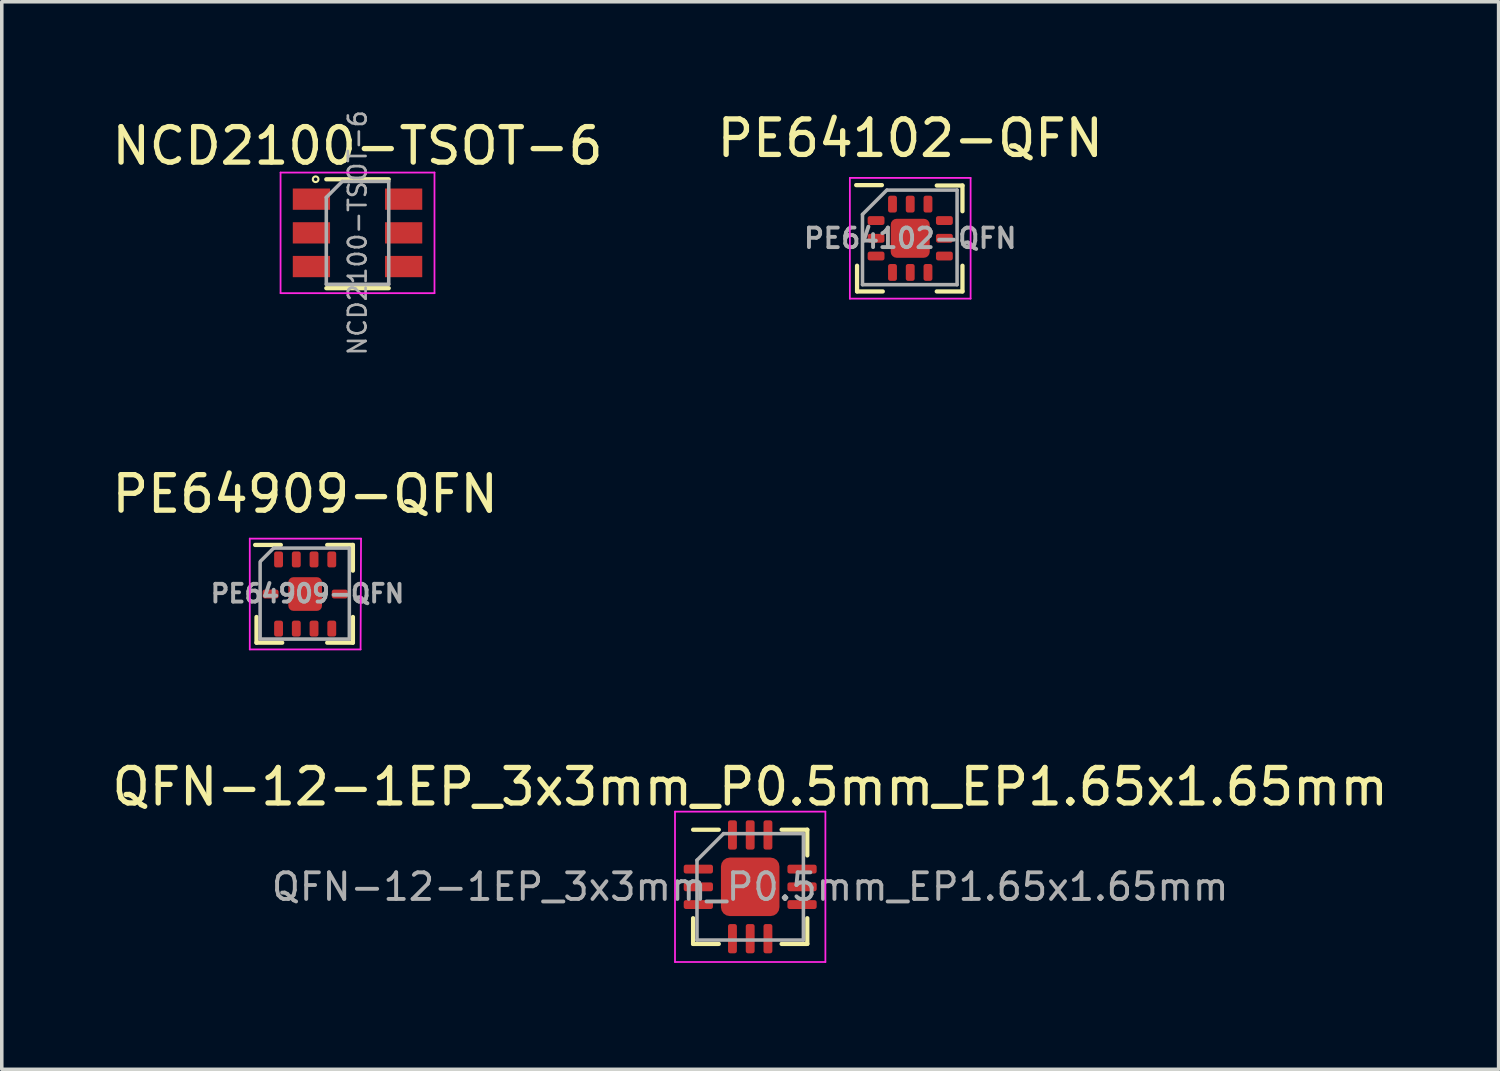
<source format=kicad_pcb>
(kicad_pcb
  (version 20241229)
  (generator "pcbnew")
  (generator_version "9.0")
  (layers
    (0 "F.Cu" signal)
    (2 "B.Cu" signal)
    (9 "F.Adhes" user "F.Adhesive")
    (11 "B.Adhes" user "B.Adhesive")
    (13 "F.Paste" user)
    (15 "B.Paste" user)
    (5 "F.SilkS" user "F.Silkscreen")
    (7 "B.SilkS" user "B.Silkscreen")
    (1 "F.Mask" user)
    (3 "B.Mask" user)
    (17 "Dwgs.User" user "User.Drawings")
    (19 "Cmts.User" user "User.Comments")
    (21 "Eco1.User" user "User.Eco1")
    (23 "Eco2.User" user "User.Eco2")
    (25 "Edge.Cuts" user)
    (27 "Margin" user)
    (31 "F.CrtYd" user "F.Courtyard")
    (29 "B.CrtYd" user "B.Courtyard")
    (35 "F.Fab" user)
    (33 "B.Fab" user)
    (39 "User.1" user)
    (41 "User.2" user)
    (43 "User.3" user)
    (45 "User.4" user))
  (footprint "QFN-12-1EP_3x3mm_P0.5mm_EP1.65x1.65mm"
    (layer "F.Cu")
    (at 18.101 21.953)
    (property "Reference" "QFN-12-1EP_3x3mm_P0.5mm_EP1.65x1.65mm" (at 0 -2.82 0) (layer "F.SilkS") (effects (font (size 1 1) (thickness 0.15))))
    (attr smd)
    (fp_line (start -1.61 1.61) (end -1.61 0.885) (stroke (width 0.12) (type solid)) (layer "F.SilkS"))
    (fp_line (start -0.885 -1.61) (end -1.61 -1.61) (stroke (width 0.12) (type solid)) (layer "F.SilkS"))
    (fp_line (start -0.885 1.61) (end -1.61 1.61) (stroke (width 0.12) (type solid)) (layer "F.SilkS"))
    (fp_line (start 0.885 -1.61) (end 1.61 -1.61) (stroke (width 0.12) (type solid)) (layer "F.SilkS"))
    (fp_line (start 0.885 1.61) (end 1.61 1.61) (stroke (width 0.12) (type solid)) (layer "F.SilkS"))
    (fp_line (start 1.61 -1.61) (end 1.61 -0.885) (stroke (width 0.12) (type solid)) (layer "F.SilkS"))
    (fp_line (start 1.61 1.61) (end 1.61 0.885) (stroke (width 0.12) (type solid)) (layer "F.SilkS"))
    (fp_line (start -2.12 -2.12) (end -2.12 2.12) (stroke (width 0.05) (type solid)) (layer "F.CrtYd"))
    (fp_line (start -2.12 2.12) (end 2.12 2.12) (stroke (width 0.05) (type solid)) (layer "F.CrtYd"))
    (fp_line (start 2.12 -2.12) (end -2.12 -2.12) (stroke (width 0.05) (type solid)) (layer "F.CrtYd"))
    (fp_line (start 2.12 2.12) (end 2.12 -2.12) (stroke (width 0.05) (type solid)) (layer "F.CrtYd"))
    (fp_line (start -1.5 -0.75) (end -0.75 -1.5) (stroke (width 0.1) (type solid)) (layer "F.Fab"))
    (fp_line (start -1.5 1.5) (end -1.5 -0.75) (stroke (width 0.1) (type solid)) (layer "F.Fab"))
    (fp_line (start -0.75 -1.5) (end 1.5 -1.5) (stroke (width 0.1) (type solid)) (layer "F.Fab"))
    (fp_line (start 1.5 -1.5) (end 1.5 1.5) (stroke (width 0.1) (type solid)) (layer "F.Fab"))
    (fp_line (start 1.5 1.5) (end -1.5 1.5) (stroke (width 0.1) (type solid)) (layer "F.Fab"))
    (fp_text user "${REFERENCE}" (at 0 0 0) (layer "F.Fab") (effects (font (size 0.75 0.75) (thickness 0.11))))
    (pad "" smd roundrect (at -0.41 -0.41) (size 0.67 0.67) (layers "F.Paste") (roundrect_rratio 0.25))
    (pad "" smd roundrect (at -0.41 0.41) (size 0.67 0.67) (layers "F.Paste") (roundrect_rratio 0.25))
    (pad "" smd roundrect (at 0.41 -0.41) (size 0.67 0.67) (layers "F.Paste") (roundrect_rratio 0.25))
    (pad "" smd roundrect (at 0.41 0.41) (size 0.67 0.67) (layers "F.Paste") (roundrect_rratio 0.25))
    (pad "1" smd roundrect (at -1.462 -0.5) (size 0.825 0.25) (layers "F.Cu" "F.Mask" "F.Paste") (roundrect_rratio 0.25))
    (pad "2" smd roundrect (at -1.462 0) (size 0.825 0.25) (layers "F.Cu" "F.Mask" "F.Paste") (roundrect_rratio 0.25))
    (pad "3" smd roundrect (at -1.462 0.5) (size 0.825 0.25) (layers "F.Cu" "F.Mask" "F.Paste") (roundrect_rratio 0.25))
    (pad "4" smd roundrect (at -0.5 1.462) (size 0.25 0.825) (layers "F.Cu" "F.Mask" "F.Paste") (roundrect_rratio 0.25))
    (pad "5" smd roundrect (at 0 1.462) (size 0.25 0.825) (layers "F.Cu" "F.Mask" "F.Paste") (roundrect_rratio 0.25))
    (pad "6" smd roundrect (at 0.5 1.462) (size 0.25 0.825) (layers "F.Cu" "F.Mask" "F.Paste") (roundrect_rratio 0.25))
    (pad "7" smd roundrect (at 1.462 0.5) (size 0.825 0.25) (layers "F.Cu" "F.Mask" "F.Paste") (roundrect_rratio 0.25))
    (pad "8" smd roundrect (at 1.462 0) (size 0.825 0.25) (layers "F.Cu" "F.Mask" "F.Paste") (roundrect_rratio 0.25))
    (pad "9" smd roundrect (at 1.462 -0.5) (size 0.825 0.25) (layers "F.Cu" "F.Mask" "F.Paste") (roundrect_rratio 0.25))
    (pad "10" smd roundrect (at 0.5 -1.462) (size 0.25 0.825) (layers "F.Cu" "F.Mask" "F.Paste") (roundrect_rratio 0.25))
    (pad "11" smd roundrect (at 0 -1.462) (size 0.25 0.825) (layers "F.Cu" "F.Mask" "F.Paste") (roundrect_rratio 0.25))
    (pad "12" smd roundrect (at -0.5 -1.462) (size 0.25 0.825) (layers "F.Cu" "F.Mask" "F.Paste") (roundrect_rratio 0.25))
    (pad "13" smd roundrect (at 0 0) (size 1.65 1.65) (layers "F.Cu" "F.Mask") (roundrect_rratio 0.152)))
  (footprint "PE64909-QFN"
    (layer "F.Cu")
    (at 5.554 13.698)
    (property "Reference" "PE64909-QFN" (at 0 -2.82 0) (layer "F.SilkS") (effects (font (size 1 1) (thickness 0.15))))
    (attr smd)
    (fp_line (start -1.372 1.372) (end -1.372 0.647) (stroke (width 0.12) (type solid)) (layer "F.SilkS"))
    (fp_line (start -0.686 -1.384) (end -1.411 -1.384) (stroke (width 0.12) (type solid)) (layer "F.SilkS"))
    (fp_line (start -0.647 1.372) (end -1.372 1.372) (stroke (width 0.12) (type solid)) (layer "F.SilkS"))
    (fp_line (start 0.621 -1.384) (end 1.346 -1.384) (stroke (width 0.12) (type solid)) (layer "F.SilkS"))
    (fp_line (start 0.621 1.372) (end 1.346 1.372) (stroke (width 0.12) (type solid)) (layer "F.SilkS"))
    (fp_line (start 1.346 -1.384) (end 1.346 -0.659) (stroke (width 0.12) (type solid)) (layer "F.SilkS"))
    (fp_line (start 1.346 1.372) (end 1.346 0.647) (stroke (width 0.12) (type solid)) (layer "F.SilkS"))
    (fp_line (start -1.562 -1.562) (end -1.562 1.562) (stroke (width 0.05) (type solid)) (layer "F.CrtYd"))
    (fp_line (start -1.562 -1.562) (end 1.575 -1.562) (stroke (width 0.05) (type solid)) (layer "F.CrtYd"))
    (fp_line (start -1.562 1.562) (end 1.562 1.562) (stroke (width 0.05) (type solid)) (layer "F.CrtYd"))
    (fp_line (start 1.575 -1.562) (end 1.562 1.562) (stroke (width 0.05) (type solid)) (layer "F.CrtYd"))
    (fp_line (start -1.27 1.257) (end -1.27 -0.902) (stroke (width 0.1) (type solid)) (layer "F.Fab"))
    (fp_line (start -1.257 -0.927) (end -0.889 -1.295) (stroke (width 0.1) (type solid)) (layer "F.Fab"))
    (fp_line (start -0.876 -1.295) (end 1.245 -1.295) (stroke (width 0.1) (type solid)) (layer "F.Fab"))
    (fp_line (start 1.245 -1.295) (end 1.245 1.257) (stroke (width 0.1) (type solid)) (layer "F.Fab"))
    (fp_line (start 1.245 1.27) (end -1.27 1.27) (stroke (width 0.1) (type solid)) (layer "F.Fab"))
    (fp_text user "${REFERENCE}" (at 0.064 -0.013 0) (layer "F.Fab") (effects (font (size 0.5 0.5) (thickness 0.11))))
    (pad "" smd roundrect (at -0.229 -0.229) (size 0.4 0.4) (layers "F.Paste") (roundrect_rratio 0.25))
    (pad "" smd roundrect (at -0.229 0.229) (size 0.4 0.4) (layers "F.Paste") (roundrect_rratio 0.25))
    (pad "" smd roundrect (at 0.229 -0.229) (size 0.4 0.4) (layers "F.Paste") (roundrect_rratio 0.25))
    (pad "" smd roundrect (at 0.229 0.229) (size 0.4 0.4) (layers "F.Paste") (roundrect_rratio 0.25))
    (pad "1" smd roundrect (at -0.975 0) (size 0.45 0.25) (layers "F.Cu" "F.Mask" "F.Paste") (roundrect_rratio 0.25))
    (pad "2" smd roundrect (at -0.75 0.975) (size 0.25 0.45) (layers "F.Cu" "F.Mask" "F.Paste") (roundrect_rratio 0.25))
    (pad "3" smd roundrect (at -0.25 0.975) (size 0.25 0.45) (layers "F.Cu" "F.Mask" "F.Paste") (roundrect_rratio 0.25))
    (pad "4" smd roundrect (at 0.25 0.975) (size 0.25 0.45) (layers "F.Cu" "F.Mask" "F.Paste") (roundrect_rratio 0.25))
    (pad "5" smd roundrect (at 0.75 0.975) (size 0.25 0.45) (layers "F.Cu" "F.Mask" "F.Paste") (roundrect_rratio 0.25))
    (pad "6" smd roundrect (at 0.975 0) (size 0.45 0.25) (layers "F.Cu" "F.Mask" "F.Paste") (roundrect_rratio 0.25))
    (pad "7" smd roundrect (at 0.75 -0.975) (size 0.25 0.45) (layers "F.Cu" "F.Mask" "F.Paste") (roundrect_rratio 0.25))
    (pad "8" smd roundrect (at 0.25 -0.975) (size 0.25 0.45) (layers "F.Cu" "F.Mask" "F.Paste") (roundrect_rratio 0.25))
    (pad "9" smd roundrect (at -0.25 -0.975) (size 0.25 0.45) (layers "F.Cu" "F.Mask" "F.Paste") (roundrect_rratio 0.25))
    (pad "10" smd roundrect (at -0.75 -0.975) (size 0.25 0.45) (layers "F.Cu" "F.Mask" "F.Paste") (roundrect_rratio 0.25))
    (pad "11" smd roundrect (at 0 0) (size 0.95 0.95) (layers "F.Cu" "F.Mask") (roundrect_rratio 0.152)))
  (footprint "NCD2100-TSOT-6"
    (layer "F.Cu")
    (at 7.03 3.515)
    (property "Reference" "NCD2100-TSOT-6" (at 0 -2.45 0) (layer "F.SilkS") (effects (font (size 1 1) (thickness 0.15))))
    (attr smd)
    (fp_line (start -0.88 1.56) (end 0.88 1.56) (stroke (width 0.12) (type solid)) (layer "F.SilkS"))
    (fp_line (start 0.88 -1.51) (end -0.88 -1.51) (stroke (width 0.12) (type solid)) (layer "F.SilkS"))
    (fp_circle (center -1.181 -1.511) (end -1.101 -1.511) (stroke (width 0.06) (type solid)) (fill no) (layer "F.SilkS"))
    (fp_line (start -2.17 -1.7) (end -2.17 1.7) (stroke (width 0.05) (type solid)) (layer "F.CrtYd"))
    (fp_line (start -2.17 -1.7) (end 2.17 -1.7) (stroke (width 0.05) (type solid)) (layer "F.CrtYd"))
    (fp_line (start 2.17 1.7) (end -2.17 1.7) (stroke (width 0.05) (type solid)) (layer "F.CrtYd"))
    (fp_line (start 2.17 1.7) (end 2.17 -1.7) (stroke (width 0.05) (type solid)) (layer "F.CrtYd"))
    (fp_line (start -0.88 -1) (end -0.88 1.45) (stroke (width 0.1) (type solid)) (layer "F.Fab"))
    (fp_line (start -0.88 -1) (end -0.43 -1.45) (stroke (width 0.1) (type solid)) (layer "F.Fab"))
    (fp_line (start 0.88 -1.45) (end -0.43 -1.45) (stroke (width 0.1) (type solid)) (layer "F.Fab"))
    (fp_line (start 0.88 -1.45) (end 0.88 1.45) (stroke (width 0.1) (type solid)) (layer "F.Fab"))
    (fp_line (start 0.88 1.45) (end -0.88 1.45) (stroke (width 0.1) (type solid)) (layer "F.Fab"))
    (fp_text user "${REFERENCE}" (at 0 0 90) (layer "F.Fab") (effects (font (size 0.5 0.5) (thickness 0.075))))
    (pad "1" smd rect (at -1.3 -0.95) (size 1.05 0.6) (layers "F.Cu" "F.Mask" "F.Paste"))
    (pad "2" smd rect (at -1.3 0) (size 1.05 0.6) (layers "F.Cu" "F.Mask" "F.Paste"))
    (pad "3" smd rect (at -1.3 0.95) (size 1.05 0.6) (layers "F.Cu" "F.Mask" "F.Paste"))
    (pad "4" smd rect (at 1.3 0.95) (size 1.05 0.6) (layers "F.Cu" "F.Mask" "F.Paste"))
    (pad "5" smd rect (at 1.3 0) (size 1.05 0.6) (layers "F.Cu" "F.Mask" "F.Paste"))
    (pad "6" smd rect (at 1.3 -0.95) (size 1.05 0.6) (layers "F.Cu" "F.Mask" "F.Paste")))
  (footprint "PE64102-QFN"
    (layer "F.Cu")
    (at 22.613 3.668)
    (property "Reference" "PE64102-QFN" (at 0 -2.82 0) (layer "F.SilkS") (effects (font (size 1 1) (thickness 0.15))))
    (attr smd)
    (fp_line (start -1.499 1.499) (end -1.499 0.774) (stroke (width 0.12) (type solid)) (layer "F.SilkS"))
    (fp_line (start -0.799 -1.499) (end -1.524 -1.499) (stroke (width 0.12) (type solid)) (layer "F.SilkS"))
    (fp_line (start -0.774 1.499) (end -1.499 1.499) (stroke (width 0.12) (type solid)) (layer "F.SilkS"))
    (fp_line (start 0.748 -1.487) (end 1.473 -1.487) (stroke (width 0.12) (type solid)) (layer "F.SilkS"))
    (fp_line (start 0.748 1.499) (end 1.473 1.499) (stroke (width 0.12) (type solid)) (layer "F.SilkS"))
    (fp_line (start 1.473 -1.487) (end 1.473 -0.762) (stroke (width 0.12) (type solid)) (layer "F.SilkS"))
    (fp_line (start 1.473 1.499) (end 1.473 0.774) (stroke (width 0.12) (type solid)) (layer "F.SilkS"))
    (fp_line (start -1.702 -1.702) (end -1.702 1.702) (stroke (width 0.05) (type solid)) (layer "F.CrtYd"))
    (fp_line (start -1.702 -1.702) (end 1.702 -1.702) (stroke (width 0.05) (type solid)) (layer "F.CrtYd"))
    (fp_line (start -1.702 1.702) (end 1.702 1.702) (stroke (width 0.05) (type solid)) (layer "F.CrtYd"))
    (fp_line (start 1.702 -1.702) (end 1.702 1.702) (stroke (width 0.05) (type solid)) (layer "F.CrtYd"))
    (fp_line (start -1.346 -0.673) (end -0.66 -1.359) (stroke (width 0.1) (type solid)) (layer "F.Fab"))
    (fp_line (start -1.346 1.308) (end -1.346 -0.673) (stroke (width 0.1) (type solid)) (layer "F.Fab"))
    (fp_line (start -0.65 -1.359) (end 1.321 -1.359) (stroke (width 0.1) (type solid)) (layer "F.Fab"))
    (fp_line (start 1.321 -1.359) (end 1.321 1.308) (stroke (width 0.1) (type solid)) (layer "F.Fab"))
    (fp_line (start 1.321 1.308) (end -1.346 1.308) (stroke (width 0.1) (type solid)) (layer "F.Fab"))
    (fp_text user "${REFERENCE}" (at 0 0 0) (layer "F.Fab") (effects (font (size 0.55 0.55) (thickness 0.11))))
    (pad "" smd roundrect (at -0.279 -0.279) (size 0.45 0.45) (layers "F.Paste") (roundrect_rratio 0.25))
    (pad "" smd roundrect (at -0.279 0.279 90) (size 0.45 0.45) (layers "F.Paste") (roundrect_rratio 0.25))
    (pad "" smd roundrect (at 0.279 -0.279) (size 0.45 0.45) (layers "F.Paste") (roundrect_rratio 0.25))
    (pad "" smd roundrect (at 0.279 0.279) (size 0.45 0.45) (layers "F.Paste") (roundrect_rratio 0.25))
    (pad "1" smd roundrect (at -0.963 -0.5) (size 0.475 0.25) (layers "F.Cu" "F.Mask" "F.Paste") (roundrect_rratio 0.25))
    (pad "2" smd roundrect (at -0.963 0) (size 0.475 0.25) (layers "F.Cu" "F.Mask" "F.Paste") (roundrect_rratio 0.25))
    (pad "3" smd roundrect (at -0.963 0.5) (size 0.475 0.25) (layers "F.Cu" "F.Mask" "F.Paste") (roundrect_rratio 0.25))
    (pad "4" smd roundrect (at -0.5 0.963) (size 0.25 0.475) (layers "F.Cu" "F.Mask" "F.Paste") (roundrect_rratio 0.25))
    (pad "5" smd roundrect (at 0 0.963) (size 0.25 0.475) (layers "F.Cu" "F.Mask" "F.Paste") (roundrect_rratio 0.25))
    (pad "6" smd roundrect (at 0.5 0.963) (size 0.25 0.475) (layers "F.Cu" "F.Mask" "F.Paste") (roundrect_rratio 0.25))
    (pad "7" smd roundrect (at 0.963 0.5) (size 0.475 0.25) (layers "F.Cu" "F.Mask" "F.Paste") (roundrect_rratio 0.25))
    (pad "8" smd roundrect (at 0.963 0) (size 0.475 0.25) (layers "F.Cu" "F.Mask" "F.Paste") (roundrect_rratio 0.25))
    (pad "9" smd roundrect (at 0.963 -0.5) (size 0.475 0.25) (layers "F.Cu" "F.Mask" "F.Paste") (roundrect_rratio 0.25))
    (pad "10" smd roundrect (at 0.5 -0.963) (size 0.25 0.475) (layers "F.Cu" "F.Mask" "F.Paste") (roundrect_rratio 0.25))
    (pad "11" smd roundrect (at 0 -0.963) (size 0.25 0.475) (layers "F.Cu" "F.Mask" "F.Paste") (roundrect_rratio 0.25))
    (pad "12" smd roundrect (at -0.5 -0.963) (size 0.25 0.475) (layers "F.Cu" "F.Mask" "F.Paste") (roundrect_rratio 0.25))
    (pad "13" smd roundrect (at 0 0) (size 1.1 1.1) (layers "F.Cu" "F.Mask") (roundrect_rratio 0.152)))
  (gr_rect
    (start -3 -3)
    (end 39.202 27.098)
    (stroke (width 0.1) (type default))
    (fill no)
    (layer "Edge.Cuts")))
</source>
